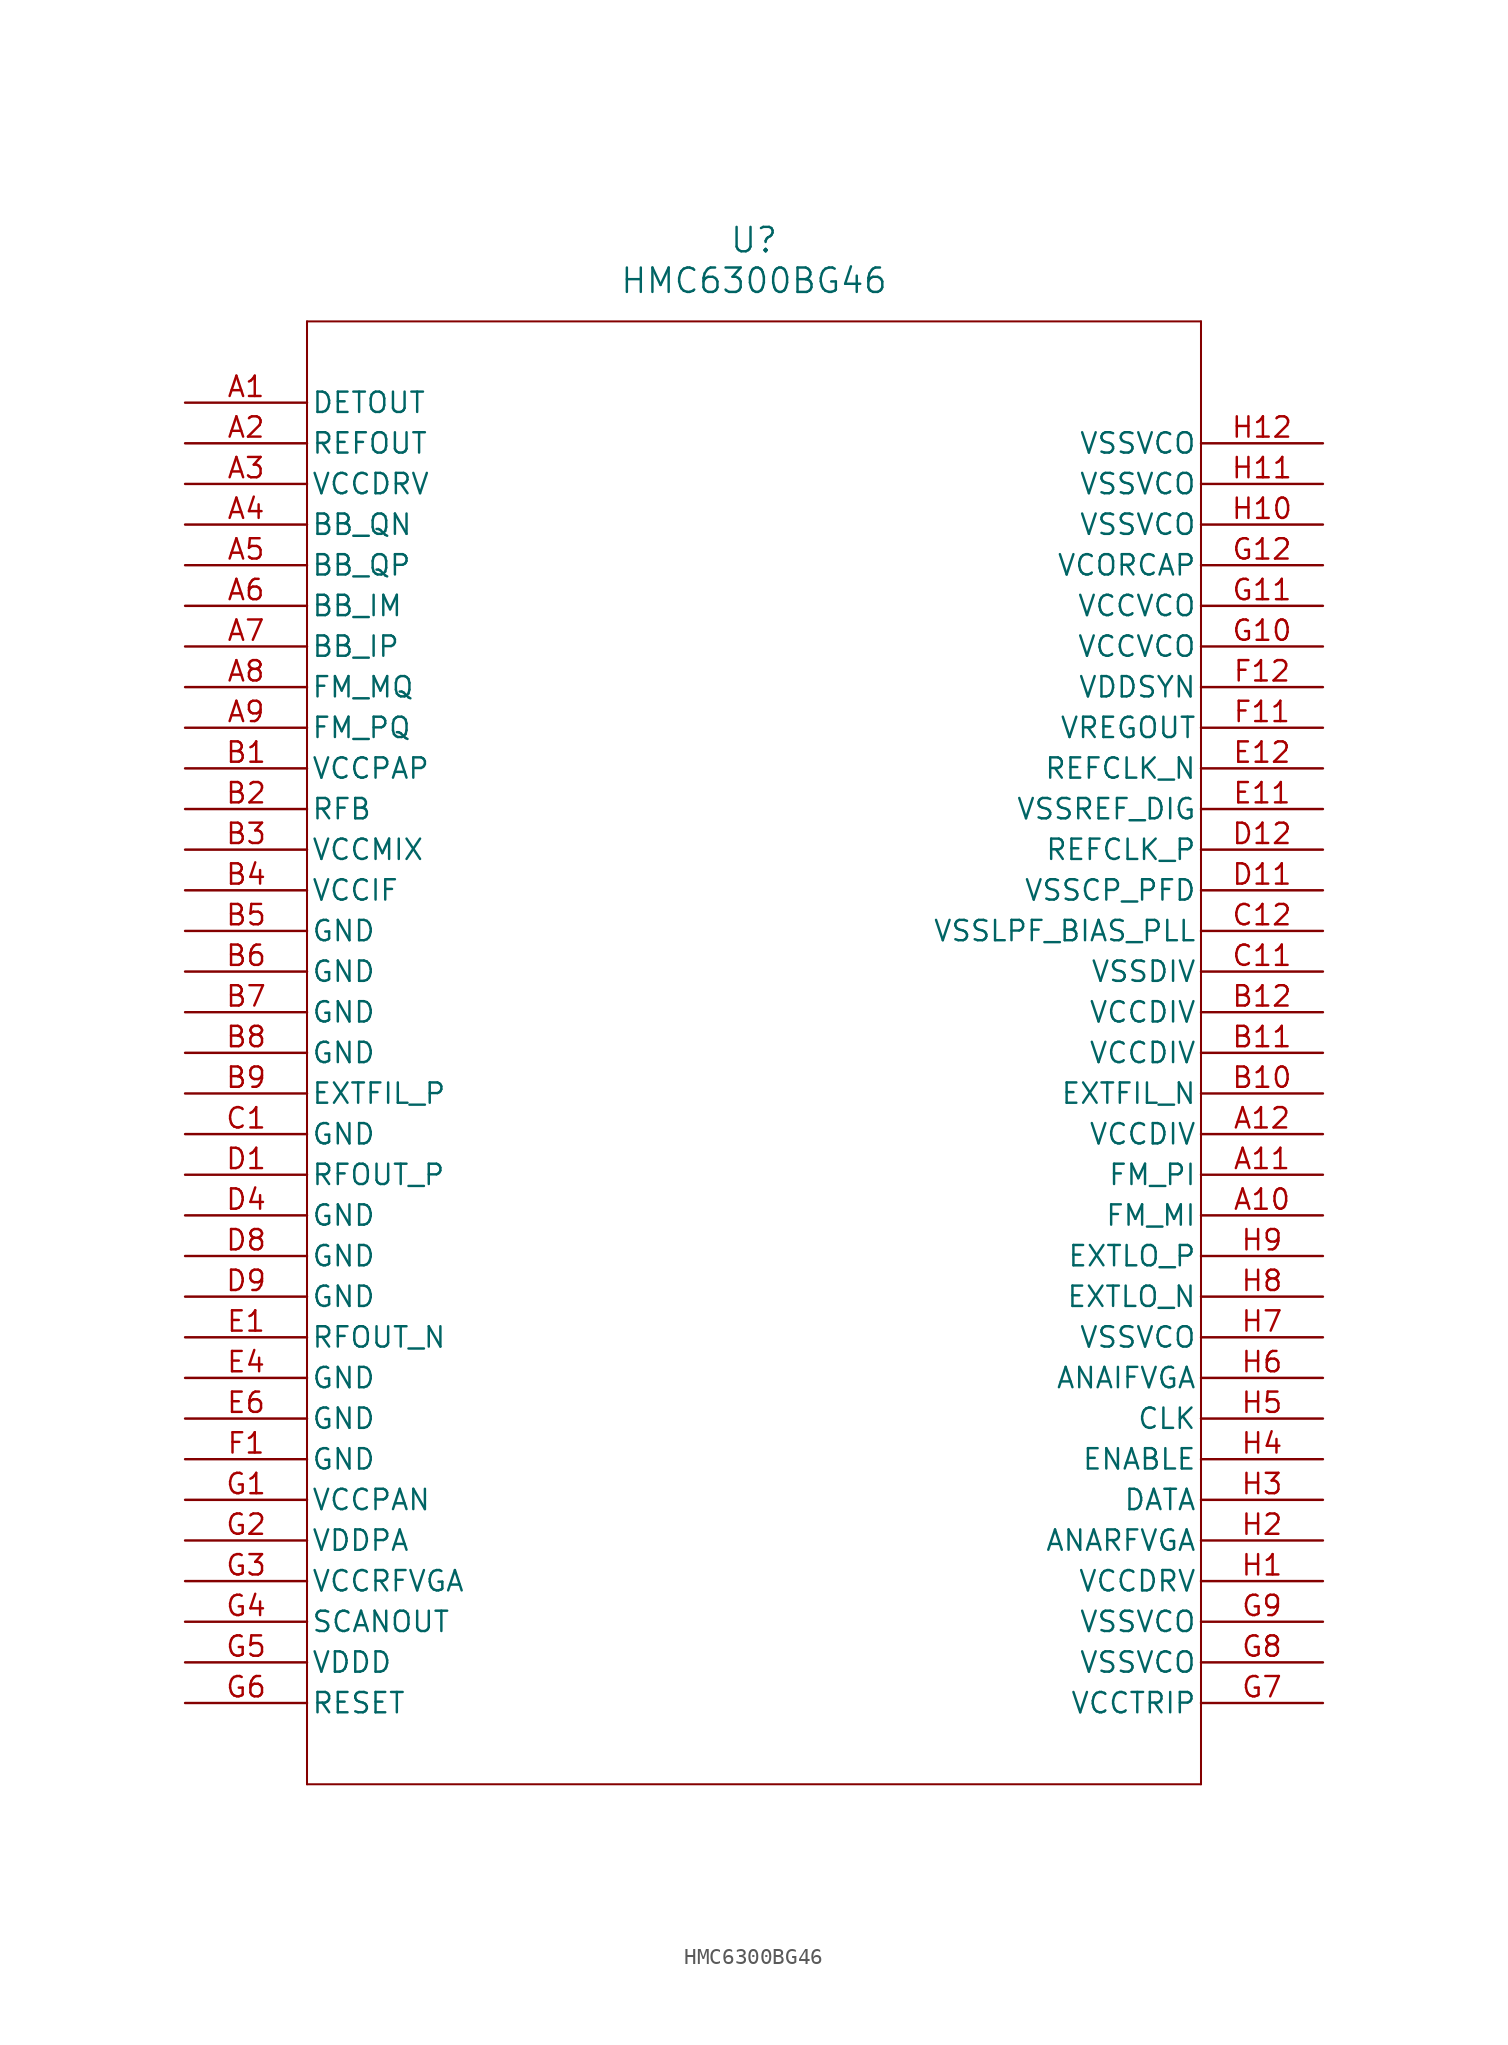
<source format=kicad_sym>
(kicad_symbol_lib
  (version 20211014)
  (generator kicad_symbol_editor)
  (symbol "HMC6300BG46"
    (pin_names
      (offset 0.254))
    (property "Reference" "U"
      (at 35.56 10.16 0)
      (effects (font (size 1.524 1.524))))
    (property "Value" "HMC6300BG46"
      (at 35.56 7.62 0)
      (effects (font (size 1.524 1.524))))
    (symbol "HMC6300BG46_0_1"
      (polyline (pts (xy 7.62 5.08) (xy 7.62 -86.36)) (stroke (width 0.127) (type default) (color 0 0 0 0)) (fill (type none)))
      (polyline (pts (xy 7.62 -86.36) (xy 63.5 -86.36)) (stroke (width 0.127) (type default) (color 0 0 0 0)) (fill (type none)))
      (polyline (pts (xy 63.5 -86.36) (xy 63.5 5.08)) (stroke (width 0.127) (type default) (color 0 0 0 0)) (fill (type none)))
      (polyline (pts (xy 63.5 5.08) (xy 7.62 5.08)) (stroke (width 0.127) (type default) (color 0 0 0 0)) (fill (type none)))
      (pin unspecified line (at 0 0 0) (length 7.62) (name "DETOUT" (effects (font (size 1.27 1.27)))) (number "A1" (effects (font (size 1.27 1.27)))))
      (pin unspecified line (at 0 -2.54 0) (length 7.62) (name "REFOUT" (effects (font (size 1.27 1.27)))) (number "A2" (effects (font (size 1.27 1.27)))))
      (pin unspecified line (at 0 -5.08 0) (length 7.62) (name "VCCDRV" (effects (font (size 1.27 1.27)))) (number "A3" (effects (font (size 1.27 1.27)))))
      (pin unspecified line (at 0 -7.62 0) (length 7.62) (name "BB_QN" (effects (font (size 1.27 1.27)))) (number "A4" (effects (font (size 1.27 1.27)))))
      (pin unspecified line (at 0 -10.16 0) (length 7.62) (name "BB_QP" (effects (font (size 1.27 1.27)))) (number "A5" (effects (font (size 1.27 1.27)))))
      (pin unspecified line (at 0 -12.7 0) (length 7.62) (name "BB_IM" (effects (font (size 1.27 1.27)))) (number "A6" (effects (font (size 1.27 1.27)))))
      (pin unspecified line (at 0 -15.24 0) (length 7.62) (name "BB_IP" (effects (font (size 1.27 1.27)))) (number "A7" (effects (font (size 1.27 1.27)))))
      (pin unspecified line (at 0 -17.78 0) (length 7.62) (name "FM_MQ" (effects (font (size 1.27 1.27)))) (number "A8" (effects (font (size 1.27 1.27)))))
      (pin unspecified line (at 0 -20.32 0) (length 7.62) (name "FM_PQ" (effects (font (size 1.27 1.27)))) (number "A9" (effects (font (size 1.27 1.27)))))
      (pin unspecified line (at 0 -22.86 0) (length 7.62) (name "VCCPAP" (effects (font (size 1.27 1.27)))) (number "B1" (effects (font (size 1.27 1.27)))))
      (pin unspecified line (at 0 -25.4 0) (length 7.62) (name "RFB" (effects (font (size 1.27 1.27)))) (number "B2" (effects (font (size 1.27 1.27)))))
      (pin unspecified line (at 0 -27.94 0) (length 7.62) (name "VCCMIX" (effects (font (size 1.27 1.27)))) (number "B3" (effects (font (size 1.27 1.27)))))
      (pin unspecified line (at 0 -30.48 0) (length 7.62) (name "VCCIF" (effects (font (size 1.27 1.27)))) (number "B4" (effects (font (size 1.27 1.27)))))
      (pin unspecified line (at 0 -33.02 0) (length 7.62) (name "GND" (effects (font (size 1.27 1.27)))) (number "B5" (effects (font (size 1.27 1.27)))))
      (pin unspecified line (at 0 -35.56 0) (length 7.62) (name "GND" (effects (font (size 1.27 1.27)))) (number "B6" (effects (font (size 1.27 1.27)))))
      (pin unspecified line (at 0 -38.1 0) (length 7.62) (name "GND" (effects (font (size 1.27 1.27)))) (number "B7" (effects (font (size 1.27 1.27)))))
      (pin unspecified line (at 0 -40.64 0) (length 7.62) (name "GND" (effects (font (size 1.27 1.27)))) (number "B8" (effects (font (size 1.27 1.27)))))
      (pin unspecified line (at 0 -43.18 0) (length 7.62) (name "EXTFIL_P" (effects (font (size 1.27 1.27)))) (number "B9" (effects (font (size 1.27 1.27)))))
      (pin unspecified line (at 0 -45.72 0) (length 7.62) (name "GND" (effects (font (size 1.27 1.27)))) (number "C1" (effects (font (size 1.27 1.27)))))
      (pin unspecified line (at 0 -48.26 0) (length 7.62) (name "RFOUT_P" (effects (font (size 1.27 1.27)))) (number "D1" (effects (font (size 1.27 1.27)))))
      (pin unspecified line (at 0 -50.8 0) (length 7.62) (name "GND" (effects (font (size 1.27 1.27)))) (number "D4" (effects (font (size 1.27 1.27)))))
      (pin unspecified line (at 0 -53.34 0) (length 7.62) (name "GND" (effects (font (size 1.27 1.27)))) (number "D8" (effects (font (size 1.27 1.27)))))
      (pin unspecified line (at 0 -55.88 0) (length 7.62) (name "GND" (effects (font (size 1.27 1.27)))) (number "D9" (effects (font (size 1.27 1.27)))))
      (pin unspecified line (at 0 -58.42 0) (length 7.62) (name "RFOUT_N" (effects (font (size 1.27 1.27)))) (number "E1" (effects (font (size 1.27 1.27)))))
      (pin unspecified line (at 0 -60.96 0) (length 7.62) (name "GND" (effects (font (size 1.27 1.27)))) (number "E4" (effects (font (size 1.27 1.27)))))
      (pin unspecified line (at 0 -63.5 0) (length 7.62) (name "GND" (effects (font (size 1.27 1.27)))) (number "E6" (effects (font (size 1.27 1.27)))))
      (pin unspecified line (at 0 -66.04 0) (length 7.62) (name "GND" (effects (font (size 1.27 1.27)))) (number "F1" (effects (font (size 1.27 1.27)))))
      (pin unspecified line (at 0 -68.58 0) (length 7.62) (name "VCCPAN" (effects (font (size 1.27 1.27)))) (number "G1" (effects (font (size 1.27 1.27)))))
      (pin unspecified line (at 0 -71.12 0) (length 7.62) (name "VDDPA" (effects (font (size 1.27 1.27)))) (number "G2" (effects (font (size 1.27 1.27)))))
      (pin unspecified line (at 0 -73.66 0) (length 7.62) (name "VCCRFVGA" (effects (font (size 1.27 1.27)))) (number "G3" (effects (font (size 1.27 1.27)))))
      (pin unspecified line (at 0 -76.2 0) (length 7.62) (name "SCANOUT" (effects (font (size 1.27 1.27)))) (number "G4" (effects (font (size 1.27 1.27)))))
      (pin unspecified line (at 0 -78.74 0) (length 7.62) (name "VDDD" (effects (font (size 1.27 1.27)))) (number "G5" (effects (font (size 1.27 1.27)))))
      (pin unspecified line (at 0 -81.28 0) (length 7.62) (name "RESET" (effects (font (size 1.27 1.27)))) (number "G6" (effects (font (size 1.27 1.27)))))
      (pin unspecified line (at 71.12 -81.28 180) (length 7.62) (name "VCCTRIP" (effects (font (size 1.27 1.27)))) (number "G7" (effects (font (size 1.27 1.27)))))
      (pin unspecified line (at 71.12 -78.74 180) (length 7.62) (name "VSSVCO" (effects (font (size 1.27 1.27)))) (number "G8" (effects (font (size 1.27 1.27)))))
      (pin unspecified line (at 71.12 -76.2 180) (length 7.62) (name "VSSVCO" (effects (font (size 1.27 1.27)))) (number "G9" (effects (font (size 1.27 1.27)))))
      (pin unspecified line (at 71.12 -73.66 180) (length 7.62) (name "VCCDRV" (effects (font (size 1.27 1.27)))) (number "H1" (effects (font (size 1.27 1.27)))))
      (pin unspecified line (at 71.12 -71.12 180) (length 7.62) (name "ANARFVGA" (effects (font (size 1.27 1.27)))) (number "H2" (effects (font (size 1.27 1.27)))))
      (pin unspecified line (at 71.12 -68.58 180) (length 7.62) (name "DATA" (effects (font (size 1.27 1.27)))) (number "H3" (effects (font (size 1.27 1.27)))))
      (pin unspecified line (at 71.12 -66.04 180) (length 7.62) (name "ENABLE" (effects (font (size 1.27 1.27)))) (number "H4" (effects (font (size 1.27 1.27)))))
      (pin unspecified line (at 71.12 -63.5 180) (length 7.62) (name "CLK" (effects (font (size 1.27 1.27)))) (number "H5" (effects (font (size 1.27 1.27)))))
      (pin unspecified line (at 71.12 -60.96 180) (length 7.62) (name "ANAIFVGA" (effects (font (size 1.27 1.27)))) (number "H6" (effects (font (size 1.27 1.27)))))
      (pin unspecified line (at 71.12 -58.42 180) (length 7.62) (name "VSSVCO" (effects (font (size 1.27 1.27)))) (number "H7" (effects (font (size 1.27 1.27)))))
      (pin unspecified line (at 71.12 -55.88 180) (length 7.62) (name "EXTLO_N" (effects (font (size 1.27 1.27)))) (number "H8" (effects (font (size 1.27 1.27)))))
      (pin unspecified line (at 71.12 -53.34 180) (length 7.62) (name "EXTLO_P" (effects (font (size 1.27 1.27)))) (number "H9" (effects (font (size 1.27 1.27)))))
      (pin unspecified line (at 71.12 -50.8 180) (length 7.62) (name "FM_MI" (effects (font (size 1.27 1.27)))) (number "A10" (effects (font (size 1.27 1.27)))))
      (pin unspecified line (at 71.12 -48.26 180) (length 7.62) (name "FM_PI" (effects (font (size 1.27 1.27)))) (number "A11" (effects (font (size 1.27 1.27)))))
      (pin unspecified line (at 71.12 -45.72 180) (length 7.62) (name "VCCDIV" (effects (font (size 1.27 1.27)))) (number "A12" (effects (font (size 1.27 1.27)))))
      (pin unspecified line (at 71.12 -43.18 180) (length 7.62) (name "EXTFIL_N" (effects (font (size 1.27 1.27)))) (number "B10" (effects (font (size 1.27 1.27)))))
      (pin unspecified line (at 71.12 -40.64 180) (length 7.62) (name "VCCDIV" (effects (font (size 1.27 1.27)))) (number "B11" (effects (font (size 1.27 1.27)))))
      (pin unspecified line (at 71.12 -38.1 180) (length 7.62) (name "VCCDIV" (effects (font (size 1.27 1.27)))) (number "B12" (effects (font (size 1.27 1.27)))))
      (pin unspecified line (at 71.12 -35.56 180) (length 7.62) (name "VSSDIV" (effects (font (size 1.27 1.27)))) (number "C11" (effects (font (size 1.27 1.27)))))
      (pin unspecified line (at 71.12 -33.02 180) (length 7.62) (name "VSSLPF_BIAS_PLL" (effects (font (size 1.27 1.27)))) (number "C12" (effects (font (size 1.27 1.27)))))
      (pin unspecified line (at 71.12 -30.48 180) (length 7.62) (name "VSSCP_PFD" (effects (font (size 1.27 1.27)))) (number "D11" (effects (font (size 1.27 1.27)))))
      (pin unspecified line (at 71.12 -27.94 180) (length 7.62) (name "REFCLK_P" (effects (font (size 1.27 1.27)))) (number "D12" (effects (font (size 1.27 1.27)))))
      (pin unspecified line (at 71.12 -25.4 180) (length 7.62) (name "VSSREF_DIG" (effects (font (size 1.27 1.27)))) (number "E11" (effects (font (size 1.27 1.27)))))
      (pin unspecified line (at 71.12 -22.86 180) (length 7.62) (name "REFCLK_N" (effects (font (size 1.27 1.27)))) (number "E12" (effects (font (size 1.27 1.27)))))
      (pin unspecified line (at 71.12 -20.32 180) (length 7.62) (name "VREGOUT" (effects (font (size 1.27 1.27)))) (number "F11" (effects (font (size 1.27 1.27)))))
      (pin unspecified line (at 71.12 -17.78 180) (length 7.62) (name "VDDSYN" (effects (font (size 1.27 1.27)))) (number "F12" (effects (font (size 1.27 1.27)))))
      (pin unspecified line (at 71.12 -15.24 180) (length 7.62) (name "VCCVCO" (effects (font (size 1.27 1.27)))) (number "G10" (effects (font (size 1.27 1.27)))))
      (pin unspecified line (at 71.12 -12.7 180) (length 7.62) (name "VCCVCO" (effects (font (size 1.27 1.27)))) (number "G11" (effects (font (size 1.27 1.27)))))
      (pin unspecified line (at 71.12 -10.16 180) (length 7.62) (name "VCORCAP" (effects (font (size 1.27 1.27)))) (number "G12" (effects (font (size 1.27 1.27)))))
      (pin unspecified line (at 71.12 -7.62 180) (length 7.62) (name "VSSVCO" (effects (font (size 1.27 1.27)))) (number "H10" (effects (font (size 1.27 1.27)))))
      (pin unspecified line (at 71.12 -5.08 180) (length 7.62) (name "VSSVCO" (effects (font (size 1.27 1.27)))) (number "H11" (effects (font (size 1.27 1.27)))))
      (pin unspecified line (at 71.12 -2.54 180) (length 7.62) (name "VSSVCO" (effects (font (size 1.27 1.27)))) (number "H12" (effects (font (size 1.27 1.27))))))))
</source>
